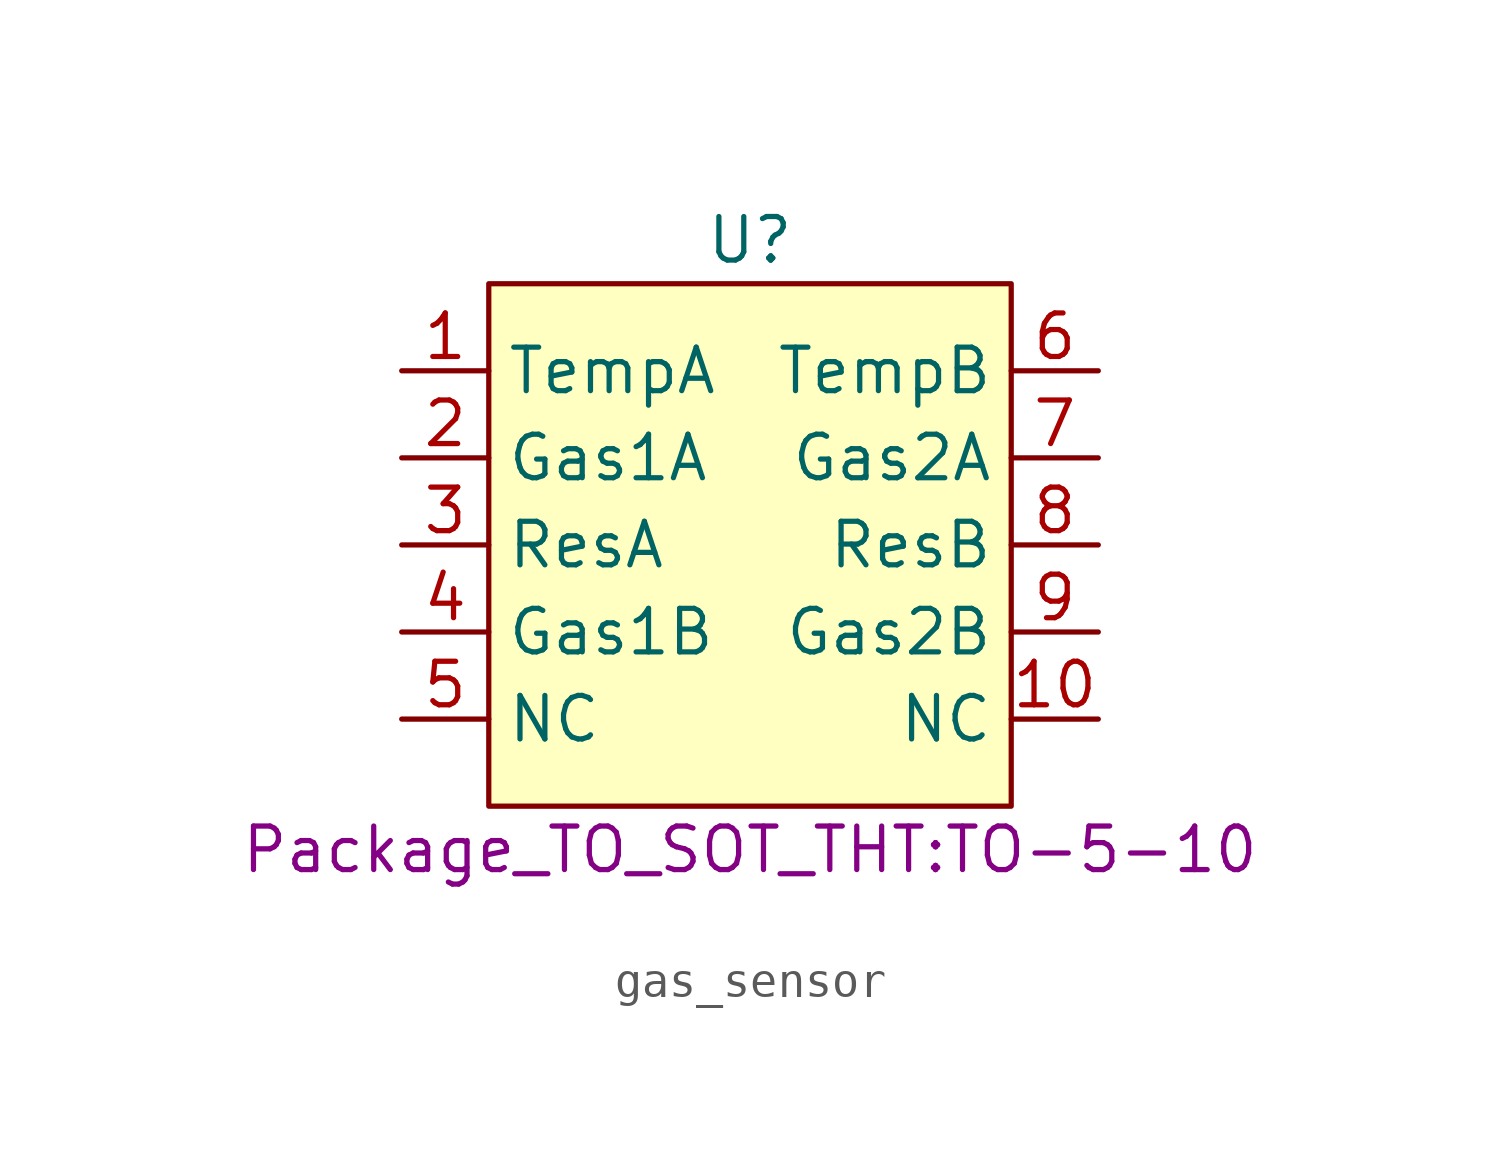
<source format=kicad_sym>
(kicad_symbol_lib
  (version 20220914)
  (generator kicad_symbol_editor)
  (symbol "gas_sensor"
    (property "Reference" "U"
      (at 7.62 1.27 0)
      (effects (font (size 1.27 1.27))))
    (property "Value" ""
      (at 0 -1.27 0)
      (effects (font (size 1.27 1.27))))
    (property "Footprint" "Package_TO_SOT_THT:TO-5-10"
      (at 7.62 -16.51 0)
      (effects (font (size 1.27 1.27))))
    (symbol "gas_sensor_1_1"
      (rectangle (start 0 0) (end 15.24 -15.24) (stroke (width 0) (type default)) (fill (type background)))
      (pin output line (at -2.54 -2.54 0) (length 2.54) (name "TempA" (effects (font (size 1.27 1.27)))) (number "1" (effects (font (size 1.27 1.27)))))
      (pin bidirectional line (at 17.78 -12.7 180) (length 2.54) (name "NC" (effects (font (size 1.27 1.27)))) (number "10" (effects (font (size 1.27 1.27)))))
      (pin output line (at -2.54 -5.08 0) (length 2.54) (name "Gas1A" (effects (font (size 1.27 1.27)))) (number "2" (effects (font (size 1.27 1.27)))))
      (pin input line (at -2.54 -7.62 0) (length 2.54) (name "ResA" (effects (font (size 1.27 1.27)))) (number "3" (effects (font (size 1.27 1.27)))))
      (pin output line (at -2.54 -10.16 0) (length 2.54) (name "Gas1B" (effects (font (size 1.27 1.27)))) (number "4" (effects (font (size 1.27 1.27)))))
      (pin bidirectional line (at -2.54 -12.7 0) (length 2.54) (name "NC" (effects (font (size 1.27 1.27)))) (number "5" (effects (font (size 1.27 1.27)))))
      (pin output line (at 17.78 -2.54 180) (length 2.54) (name "TempB" (effects (font (size 1.27 1.27)))) (number "6" (effects (font (size 1.27 1.27)))))
      (pin output line (at 17.78 -5.08 180) (length 2.54) (name "Gas2A" (effects (font (size 1.27 1.27)))) (number "7" (effects (font (size 1.27 1.27)))))
      (pin input line (at 17.78 -7.62 180) (length 2.54) (name "ResB" (effects (font (size 1.27 1.27)))) (number "8" (effects (font (size 1.27 1.27)))))
      (pin output line (at 17.78 -10.16 180) (length 2.54) (name "Gas2B" (effects (font (size 1.27 1.27)))) (number "9" (effects (font (size 1.27 1.27))))))))
</source>
